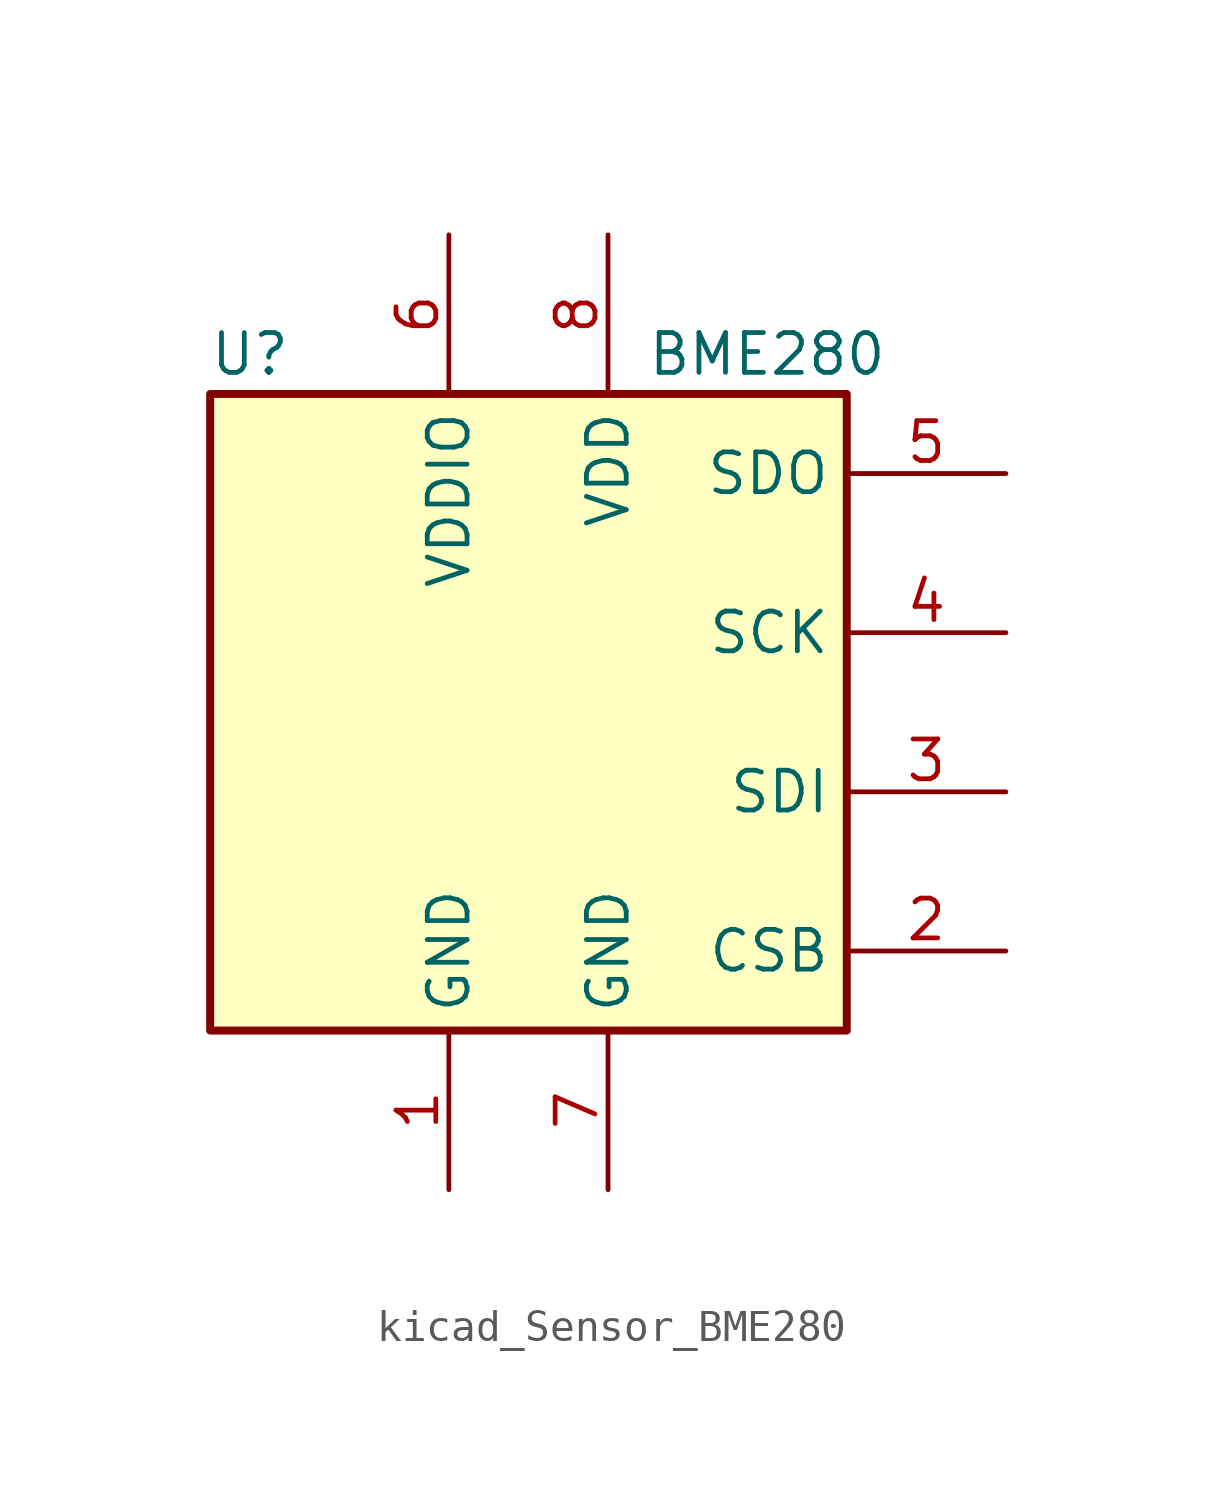
<source format=kicad_sym>
(kicad_symbol_lib
  (version 20220914)
  (generator kicad_symbol_editor)
  (symbol "kicad_Sensor_BME280"
    (property "Reference" "U"
      (at -8.89 11.43 0)
      (effects (font (size 1.27 1.27))))
    (property "Value" "BME280"
      (at 7.62 11.43 0)
      (effects (font (size 1.27 1.27))))
    (symbol "kicad_Sensor_BME280_0_1"
      (rectangle (start -10.16 10.16) (end 10.16 -10.16) (stroke (width 0.254) (type default)) (fill (type background))))
    (symbol "kicad_Sensor_BME280_1_1"
      (pin power_in line (at -2.54 -15.24 90) (length 5.08) (name "GND" (effects (font (size 1.27 1.27)))) (number "1" (effects (font (size 1.27 1.27)))))
      (pin input line (at 15.24 -7.62 180) (length 5.08) (name "CSB" (effects (font (size 1.27 1.27)))) (number "2" (effects (font (size 1.27 1.27)))))
      (pin bidirectional line (at 15.24 -2.54 180) (length 5.08) (name "SDI" (effects (font (size 1.27 1.27)))) (number "3" (effects (font (size 1.27 1.27)))))
      (pin input line (at 15.24 2.54 180) (length 5.08) (name "SCK" (effects (font (size 1.27 1.27)))) (number "4" (effects (font (size 1.27 1.27)))))
      (pin bidirectional line (at 15.24 7.62 180) (length 5.08) (name "SDO" (effects (font (size 1.27 1.27)))) (number "5" (effects (font (size 1.27 1.27)))))
      (pin power_in line (at -2.54 15.24 270) (length 5.08) (name "VDDIO" (effects (font (size 1.27 1.27)))) (number "6" (effects (font (size 1.27 1.27)))))
      (pin power_in line (at 2.54 -15.24 90) (length 5.08) (name "GND" (effects (font (size 1.27 1.27)))) (number "7" (effects (font (size 1.27 1.27)))))
      (pin power_in line (at 2.54 15.24 270) (length 5.08) (name "VDD" (effects (font (size 1.27 1.27)))) (number "8" (effects (font (size 1.27 1.27))))))))
</source>
